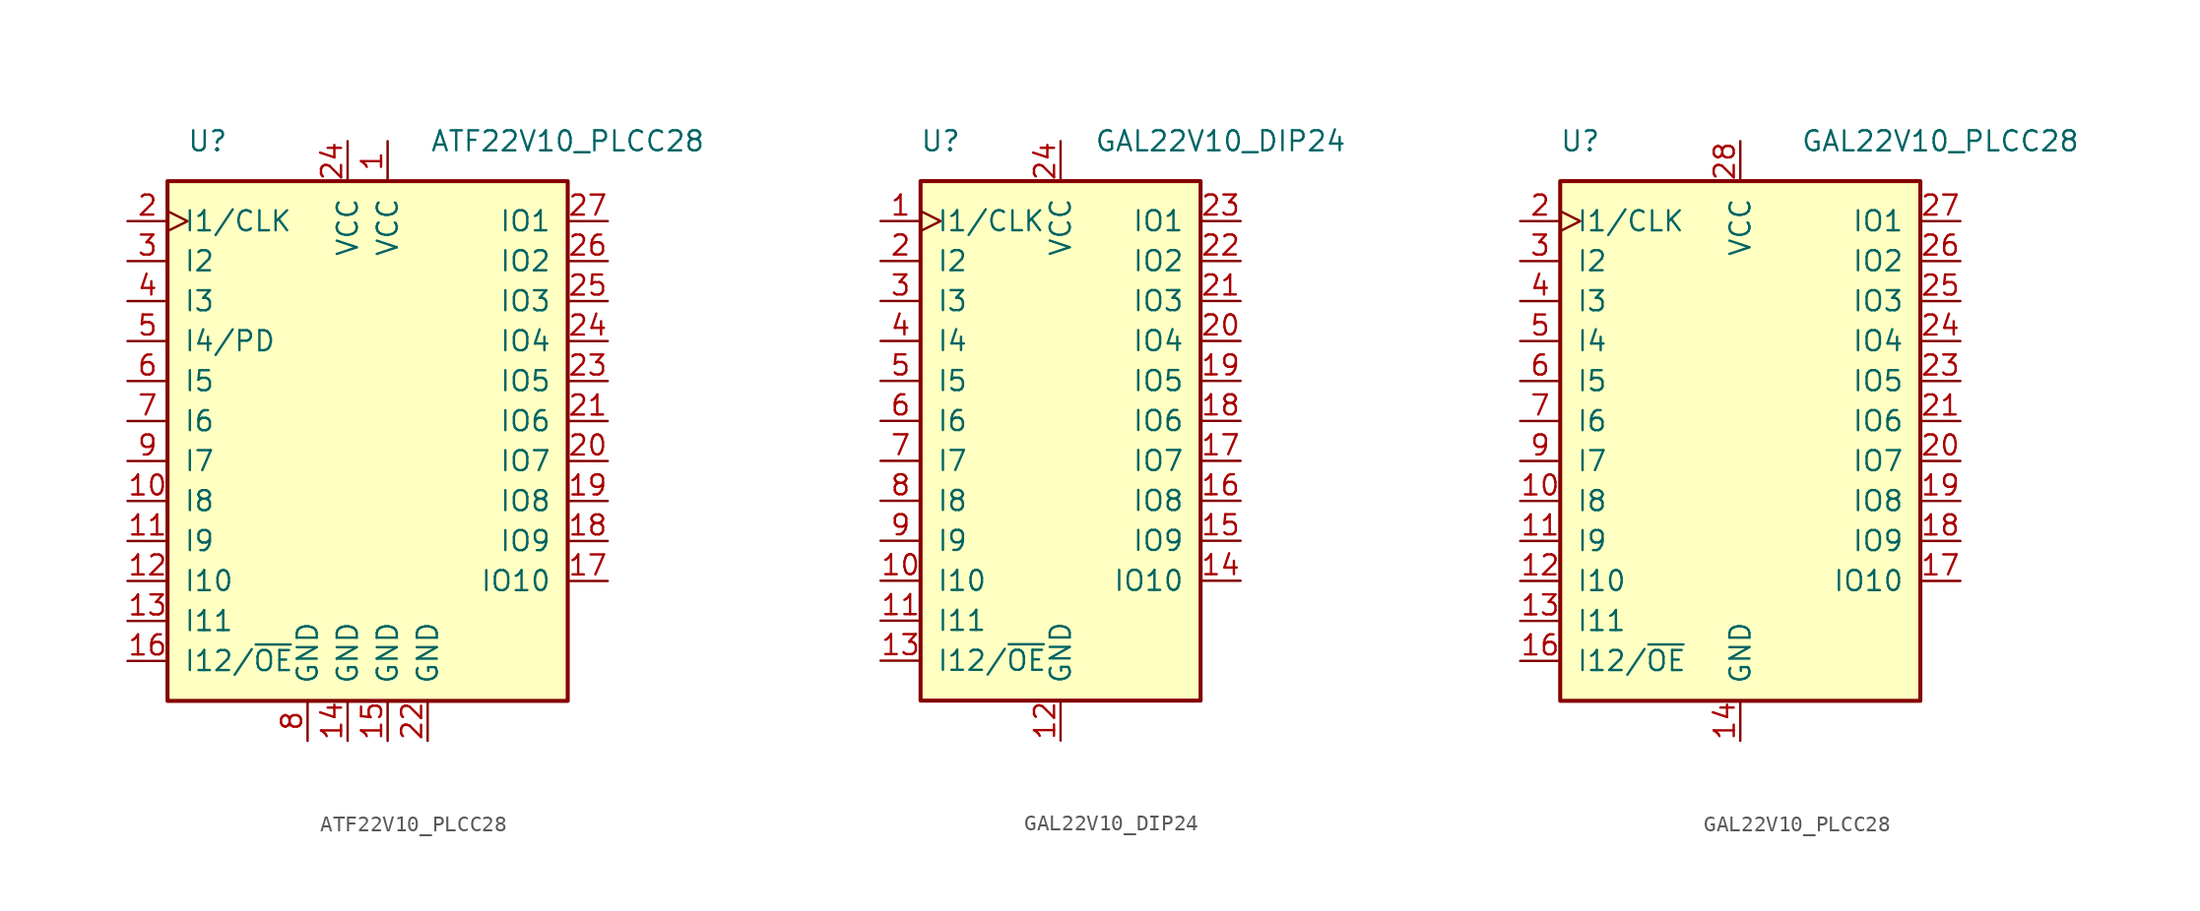
<source format=kicad_sym>
(kicad_symbol_lib
  (version 20211014)
  (generator kicad_symbol_editor)
  (symbol "ATF22V10_PLCC28"
    (pin_names
      (offset 1.016))
    (property "Reference" "U"
      (at -10.16 19.05 0)
      (effects (font (size 1.27 1.27))))
    (property "Value" "ATF22V10_PLCC28"
      (at 12.7 19.05 0)
      (effects (font (size 1.27 1.27))))
    (symbol "ATF22V10_PLCC28_1_1"
      (rectangle (start 12.7 16.51) (end -12.7 -16.51) (stroke (width 0.254) (type default) (color 0 0 0 0)) (fill (type background)))
      (pin power_in line (at 1.27 19.05 270) (length 2.54) (name "VCC" (effects (font (size 1.27 1.27)))) (number "1" (effects (font (size 1.27 1.27)))))
      (pin input line (at -15.24 -3.81 0) (length 2.54) (name "I8" (effects (font (size 1.27 1.27)))) (number "10" (effects (font (size 1.27 1.27)))))
      (pin input line (at -15.24 -6.35 0) (length 2.54) (name "I9" (effects (font (size 1.27 1.27)))) (number "11" (effects (font (size 1.27 1.27)))))
      (pin input line (at -15.24 -8.89 0) (length 2.54) (name "I10" (effects (font (size 1.27 1.27)))) (number "12" (effects (font (size 1.27 1.27)))))
      (pin input line (at -15.24 -11.43 0) (length 2.54) (name "I11" (effects (font (size 1.27 1.27)))) (number "13" (effects (font (size 1.27 1.27)))))
      (pin power_in line (at -1.27 -19.05 90) (length 2.54) (name "GND" (effects (font (size 1.27 1.27)))) (number "14" (effects (font (size 1.27 1.27)))))
      (pin power_in line (at 1.27 -19.05 90) (length 2.54) (name "GND" (effects (font (size 1.27 1.27)))) (number "15" (effects (font (size 1.27 1.27)))))
      (pin input line (at -15.24 -13.97 0) (length 2.54) (name "I12/~{OE}" (effects (font (size 1.27 1.27)))) (number "16" (effects (font (size 1.27 1.27)))))
      (pin tri_state line (at 15.24 -8.89 180) (length 2.54) (name "IO10" (effects (font (size 1.27 1.27)))) (number "17" (effects (font (size 1.27 1.27)))))
      (pin tri_state line (at 15.24 -6.35 180) (length 2.54) (name "IO9" (effects (font (size 1.27 1.27)))) (number "18" (effects (font (size 1.27 1.27)))))
      (pin tri_state line (at 15.24 -3.81 180) (length 2.54) (name "IO8" (effects (font (size 1.27 1.27)))) (number "19" (effects (font (size 1.27 1.27)))))
      (pin input clock (at -15.24 13.97 0) (length 2.54) (name "I1/CLK" (effects (font (size 1.27 1.27)))) (number "2" (effects (font (size 1.27 1.27)))))
      (pin tri_state line (at 15.24 -1.27 180) (length 2.54) (name "IO7" (effects (font (size 1.27 1.27)))) (number "20" (effects (font (size 1.27 1.27)))))
      (pin tri_state line (at 15.24 1.27 180) (length 2.54) (name "IO6" (effects (font (size 1.27 1.27)))) (number "21" (effects (font (size 1.27 1.27)))))
      (pin power_in line (at 3.81 -19.05 90) (length 2.54) (name "GND" (effects (font (size 1.27 1.27)))) (number "22" (effects (font (size 1.27 1.27)))))
      (pin tri_state line (at 15.24 3.81 180) (length 2.54) (name "IO5" (effects (font (size 1.27 1.27)))) (number "23" (effects (font (size 1.27 1.27)))))
      (pin tri_state line (at 15.24 6.35 180) (length 2.54) (name "IO4" (effects (font (size 1.27 1.27)))) (number "24" (effects (font (size 1.27 1.27)))))
      (pin power_in line (at -1.27 19.05 270) (length 2.54) (name "VCC" (effects (font (size 1.27 1.27)))) (number "24" (effects (font (size 1.27 1.27)))))
      (pin tri_state line (at 15.24 8.89 180) (length 2.54) (name "IO3" (effects (font (size 1.27 1.27)))) (number "25" (effects (font (size 1.27 1.27)))))
      (pin tri_state line (at 15.24 11.43 180) (length 2.54) (name "IO2" (effects (font (size 1.27 1.27)))) (number "26" (effects (font (size 1.27 1.27)))))
      (pin tri_state line (at 15.24 13.97 180) (length 2.54) (name "IO1" (effects (font (size 1.27 1.27)))) (number "27" (effects (font (size 1.27 1.27)))))
      (pin input line (at -15.24 11.43 0) (length 2.54) (name "I2" (effects (font (size 1.27 1.27)))) (number "3" (effects (font (size 1.27 1.27)))))
      (pin input line (at -15.24 8.89 0) (length 2.54) (name "I3" (effects (font (size 1.27 1.27)))) (number "4" (effects (font (size 1.27 1.27)))))
      (pin input line (at -15.24 6.35 0) (length 2.54) (name "I4/PD" (effects (font (size 1.27 1.27)))) (number "5" (effects (font (size 1.27 1.27)))))
      (pin input line (at -15.24 3.81 0) (length 2.54) (name "I5" (effects (font (size 1.27 1.27)))) (number "6" (effects (font (size 1.27 1.27)))))
      (pin input line (at -15.24 1.27 0) (length 2.54) (name "I6" (effects (font (size 1.27 1.27)))) (number "7" (effects (font (size 1.27 1.27)))))
      (pin power_in line (at -3.81 -19.05 90) (length 2.54) (name "GND" (effects (font (size 1.27 1.27)))) (number "8" (effects (font (size 1.27 1.27)))))
      (pin input line (at -15.24 -1.27 0) (length 2.54) (name "I7" (effects (font (size 1.27 1.27)))) (number "9" (effects (font (size 1.27 1.27)))))))
  (symbol "GAL22V10_DIP24"
    (pin_names
      (offset 1.016))
    (property "Reference" "U"
      (at -7.62 19.05 0)
      (effects (font (size 1.27 1.27))))
    (property "Value" "GAL22V10_DIP24"
      (at 10.16 19.05 0)
      (effects (font (size 1.27 1.27))))
    (symbol "GAL22V10_DIP24_0_1"
      (rectangle (start 8.89 16.51) (end -8.89 -16.51) (stroke (width 0.254) (type default) (color 0 0 0 0)) (fill (type background))))
    (symbol "GAL22V10_DIP24_1_1"
      (pin input clock (at -11.43 13.97 0) (length 2.54) (name "I1/CLK" (effects (font (size 1.27 1.27)))) (number "1" (effects (font (size 1.27 1.27)))))
      (pin input line (at -11.43 -8.89 0) (length 2.54) (name "I10" (effects (font (size 1.27 1.27)))) (number "10" (effects (font (size 1.27 1.27)))))
      (pin input line (at -11.43 -11.43 0) (length 2.54) (name "I11" (effects (font (size 1.27 1.27)))) (number "11" (effects (font (size 1.27 1.27)))))
      (pin power_in line (at 0 -19.05 90) (length 2.54) (name "GND" (effects (font (size 1.27 1.27)))) (number "12" (effects (font (size 1.27 1.27)))))
      (pin input line (at -11.43 -13.97 0) (length 2.54) (name "I12/~{OE}" (effects (font (size 1.27 1.27)))) (number "13" (effects (font (size 1.27 1.27)))))
      (pin tri_state line (at 11.43 -8.89 180) (length 2.54) (name "IO10" (effects (font (size 1.27 1.27)))) (number "14" (effects (font (size 1.27 1.27)))))
      (pin tri_state line (at 11.43 -6.35 180) (length 2.54) (name "IO9" (effects (font (size 1.27 1.27)))) (number "15" (effects (font (size 1.27 1.27)))))
      (pin tri_state line (at 11.43 -3.81 180) (length 2.54) (name "IO8" (effects (font (size 1.27 1.27)))) (number "16" (effects (font (size 1.27 1.27)))))
      (pin tri_state line (at 11.43 -1.27 180) (length 2.54) (name "IO7" (effects (font (size 1.27 1.27)))) (number "17" (effects (font (size 1.27 1.27)))))
      (pin tri_state line (at 11.43 1.27 180) (length 2.54) (name "IO6" (effects (font (size 1.27 1.27)))) (number "18" (effects (font (size 1.27 1.27)))))
      (pin tri_state line (at 11.43 3.81 180) (length 2.54) (name "IO5" (effects (font (size 1.27 1.27)))) (number "19" (effects (font (size 1.27 1.27)))))
      (pin input line (at -11.43 11.43 0) (length 2.54) (name "I2" (effects (font (size 1.27 1.27)))) (number "2" (effects (font (size 1.27 1.27)))))
      (pin tri_state line (at 11.43 6.35 180) (length 2.54) (name "IO4" (effects (font (size 1.27 1.27)))) (number "20" (effects (font (size 1.27 1.27)))))
      (pin tri_state line (at 11.43 8.89 180) (length 2.54) (name "IO3" (effects (font (size 1.27 1.27)))) (number "21" (effects (font (size 1.27 1.27)))))
      (pin tri_state line (at 11.43 11.43 180) (length 2.54) (name "IO2" (effects (font (size 1.27 1.27)))) (number "22" (effects (font (size 1.27 1.27)))))
      (pin tri_state line (at 11.43 13.97 180) (length 2.54) (name "IO1" (effects (font (size 1.27 1.27)))) (number "23" (effects (font (size 1.27 1.27)))))
      (pin power_in line (at 0 19.05 270) (length 2.54) (name "VCC" (effects (font (size 1.27 1.27)))) (number "24" (effects (font (size 1.27 1.27)))))
      (pin input line (at -11.43 8.89 0) (length 2.54) (name "I3" (effects (font (size 1.27 1.27)))) (number "3" (effects (font (size 1.27 1.27)))))
      (pin input line (at -11.43 6.35 0) (length 2.54) (name "I4" (effects (font (size 1.27 1.27)))) (number "4" (effects (font (size 1.27 1.27)))))
      (pin input line (at -11.43 3.81 0) (length 2.54) (name "I5" (effects (font (size 1.27 1.27)))) (number "5" (effects (font (size 1.27 1.27)))))
      (pin input line (at -11.43 1.27 0) (length 2.54) (name "I6" (effects (font (size 1.27 1.27)))) (number "6" (effects (font (size 1.27 1.27)))))
      (pin input line (at -11.43 -1.27 0) (length 2.54) (name "I7" (effects (font (size 1.27 1.27)))) (number "7" (effects (font (size 1.27 1.27)))))
      (pin input line (at -11.43 -3.81 0) (length 2.54) (name "I8" (effects (font (size 1.27 1.27)))) (number "8" (effects (font (size 1.27 1.27)))))
      (pin input line (at -11.43 -6.35 0) (length 2.54) (name "I9" (effects (font (size 1.27 1.27)))) (number "9" (effects (font (size 1.27 1.27)))))))
  (symbol "GAL22V10_PLCC28"
    (pin_names
      (offset 1.016))
    (property "Reference" "U"
      (at -10.16 19.05 0)
      (effects (font (size 1.27 1.27))))
    (property "Value" "GAL22V10_PLCC28"
      (at 12.7 19.05 0)
      (effects (font (size 1.27 1.27))))
    (symbol "GAL22V10_PLCC28_1_1"
      (rectangle (start 11.43 16.51) (end -11.43 -16.51) (stroke (width 0.254) (type default) (color 0 0 0 0)) (fill (type background)))
      (pin no_connect line (at 2.54 19.05 270) (length 2.54) hide (name "NC" (effects (font (size 1.27 1.27)))) (number "1" (effects (font (size 1.27 1.27)))))
      (pin input line (at -13.97 -3.81 0) (length 2.54) (name "I8" (effects (font (size 1.27 1.27)))) (number "10" (effects (font (size 1.27 1.27)))))
      (pin input line (at -13.97 -6.35 0) (length 2.54) (name "I9" (effects (font (size 1.27 1.27)))) (number "11" (effects (font (size 1.27 1.27)))))
      (pin input line (at -13.97 -8.89 0) (length 2.54) (name "I10" (effects (font (size 1.27 1.27)))) (number "12" (effects (font (size 1.27 1.27)))))
      (pin input line (at -13.97 -11.43 0) (length 2.54) (name "I11" (effects (font (size 1.27 1.27)))) (number "13" (effects (font (size 1.27 1.27)))))
      (pin power_in line (at 0 -19.05 90) (length 2.54) (name "GND" (effects (font (size 1.27 1.27)))) (number "14" (effects (font (size 1.27 1.27)))))
      (pin no_connect line (at 2.54 -19.05 90) (length 2.54) hide (name "NC" (effects (font (size 1.27 1.27)))) (number "15" (effects (font (size 1.27 1.27)))))
      (pin input line (at -13.97 -13.97 0) (length 2.54) (name "I12/~{OE}" (effects (font (size 1.27 1.27)))) (number "16" (effects (font (size 1.27 1.27)))))
      (pin tri_state line (at 13.97 -8.89 180) (length 2.54) (name "IO10" (effects (font (size 1.27 1.27)))) (number "17" (effects (font (size 1.27 1.27)))))
      (pin tri_state line (at 13.97 -6.35 180) (length 2.54) (name "IO9" (effects (font (size 1.27 1.27)))) (number "18" (effects (font (size 1.27 1.27)))))
      (pin tri_state line (at 13.97 -3.81 180) (length 2.54) (name "IO8" (effects (font (size 1.27 1.27)))) (number "19" (effects (font (size 1.27 1.27)))))
      (pin input clock (at -13.97 13.97 0) (length 2.54) (name "I1/CLK" (effects (font (size 1.27 1.27)))) (number "2" (effects (font (size 1.27 1.27)))))
      (pin tri_state line (at 13.97 -1.27 180) (length 2.54) (name "IO7" (effects (font (size 1.27 1.27)))) (number "20" (effects (font (size 1.27 1.27)))))
      (pin tri_state line (at 13.97 1.27 180) (length 2.54) (name "IO6" (effects (font (size 1.27 1.27)))) (number "21" (effects (font (size 1.27 1.27)))))
      (pin no_connect line (at 5.08 -19.05 90) (length 2.54) hide (name "NC" (effects (font (size 1.27 1.27)))) (number "22" (effects (font (size 1.27 1.27)))))
      (pin tri_state line (at 13.97 3.81 180) (length 2.54) (name "IO5" (effects (font (size 1.27 1.27)))) (number "23" (effects (font (size 1.27 1.27)))))
      (pin tri_state line (at 13.97 6.35 180) (length 2.54) (name "IO4" (effects (font (size 1.27 1.27)))) (number "24" (effects (font (size 1.27 1.27)))))
      (pin tri_state line (at 13.97 8.89 180) (length 2.54) (name "IO3" (effects (font (size 1.27 1.27)))) (number "25" (effects (font (size 1.27 1.27)))))
      (pin tri_state line (at 13.97 11.43 180) (length 2.54) (name "IO2" (effects (font (size 1.27 1.27)))) (number "26" (effects (font (size 1.27 1.27)))))
      (pin tri_state line (at 13.97 13.97 180) (length 2.54) (name "IO1" (effects (font (size 1.27 1.27)))) (number "27" (effects (font (size 1.27 1.27)))))
      (pin power_in line (at 0 19.05 270) (length 2.54) (name "VCC" (effects (font (size 1.27 1.27)))) (number "28" (effects (font (size 1.27 1.27)))))
      (pin input line (at -13.97 11.43 0) (length 2.54) (name "I2" (effects (font (size 1.27 1.27)))) (number "3" (effects (font (size 1.27 1.27)))))
      (pin input line (at -13.97 8.89 0) (length 2.54) (name "I3" (effects (font (size 1.27 1.27)))) (number "4" (effects (font (size 1.27 1.27)))))
      (pin input line (at -13.97 6.35 0) (length 2.54) (name "I4" (effects (font (size 1.27 1.27)))) (number "5" (effects (font (size 1.27 1.27)))))
      (pin input line (at -13.97 3.81 0) (length 2.54) (name "I5" (effects (font (size 1.27 1.27)))) (number "6" (effects (font (size 1.27 1.27)))))
      (pin input line (at -13.97 1.27 0) (length 2.54) (name "I6" (effects (font (size 1.27 1.27)))) (number "7" (effects (font (size 1.27 1.27)))))
      (pin no_connect line (at -2.54 -19.05 90) (length 2.54) hide (name "NC" (effects (font (size 1.27 1.27)))) (number "8" (effects (font (size 1.27 1.27)))))
      (pin input line (at -13.97 -1.27 0) (length 2.54) (name "I7" (effects (font (size 1.27 1.27)))) (number "9" (effects (font (size 1.27 1.27))))))))
</source>
